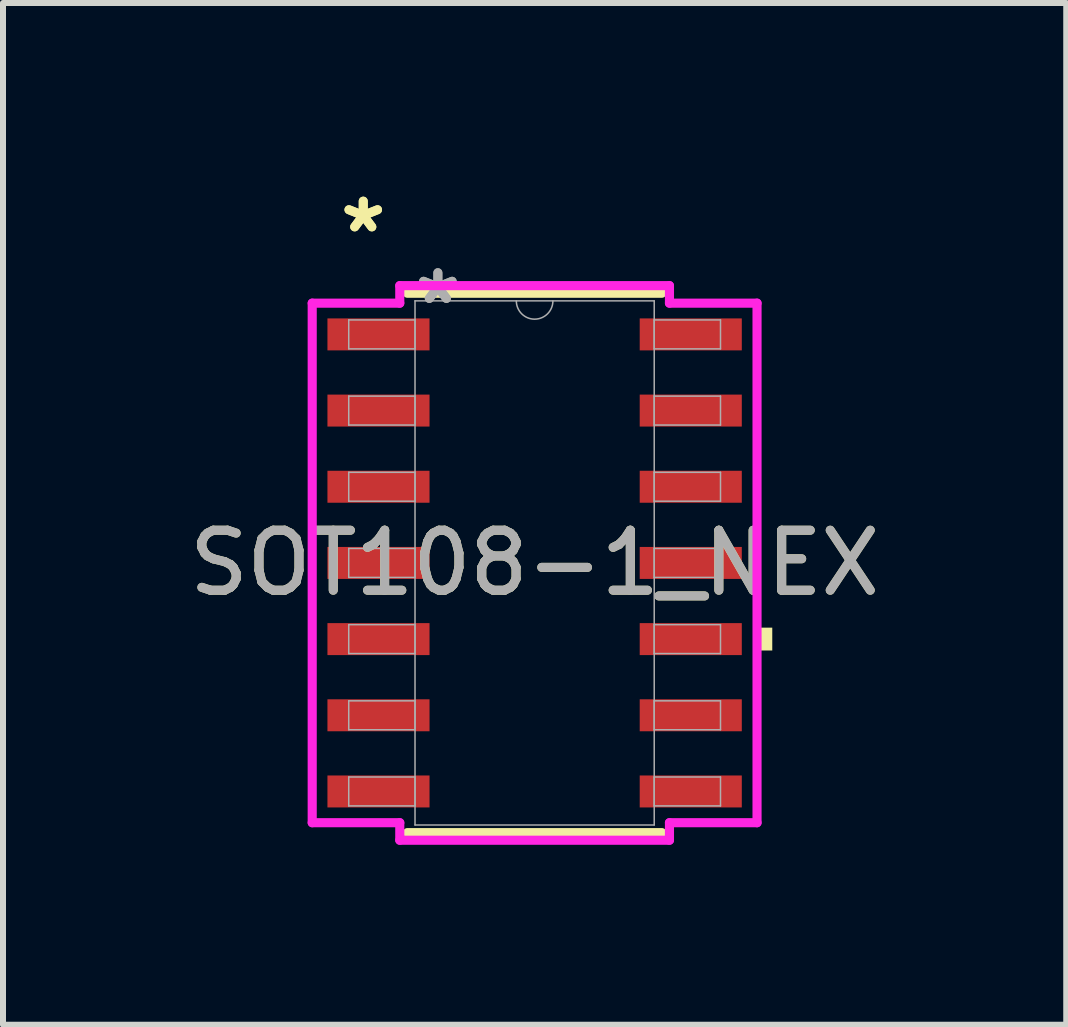
<source format=kicad_pcb>
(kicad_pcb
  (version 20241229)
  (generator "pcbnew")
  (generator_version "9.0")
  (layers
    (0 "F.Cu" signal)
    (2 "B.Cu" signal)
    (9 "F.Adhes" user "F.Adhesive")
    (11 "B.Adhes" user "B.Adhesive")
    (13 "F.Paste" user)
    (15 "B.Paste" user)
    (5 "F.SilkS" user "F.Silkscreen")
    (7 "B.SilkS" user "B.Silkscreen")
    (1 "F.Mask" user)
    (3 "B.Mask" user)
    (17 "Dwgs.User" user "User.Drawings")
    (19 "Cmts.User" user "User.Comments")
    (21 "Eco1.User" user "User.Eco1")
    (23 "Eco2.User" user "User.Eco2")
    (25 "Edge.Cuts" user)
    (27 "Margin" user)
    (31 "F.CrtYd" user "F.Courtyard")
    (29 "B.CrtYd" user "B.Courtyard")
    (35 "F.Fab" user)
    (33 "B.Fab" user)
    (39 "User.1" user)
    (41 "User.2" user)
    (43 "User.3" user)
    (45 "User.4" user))
  (footprint "SOT108-1_NEX"
    (layer "F.Cu")
    (at 5.863 6.335)
    (property "Reference" "SOT108-1_NEX" (at 0 0 0) (unlocked yes) (layer "F.SilkS") (effects (font (size 1 1) (thickness 0.15))))
    (attr smd)
    (fp_line (start -2.121 4.496) (end 2.121 4.496) (stroke (width 0.152) (type solid)) (layer "F.SilkS"))
    (fp_line (start 2.121 -4.496) (end -2.121 -4.496) (stroke (width 0.152) (type solid)) (layer "F.SilkS"))
    (fp_poly (pts (xy 3.962 1.079) (xy 3.962 1.46) (xy 3.708 1.46) (xy 3.708 1.079)) (stroke (width 0) (type solid)) (fill yes) (layer "F.SilkS"))
    (fp_line (start -3.708 -4.331) (end -2.248 -4.331) (stroke (width 0.152) (type solid)) (layer "F.CrtYd"))
    (fp_line (start -3.708 4.331) (end -3.708 -4.331) (stroke (width 0.152) (type solid)) (layer "F.CrtYd"))
    (fp_line (start -3.708 4.331) (end -2.248 4.331) (stroke (width 0.152) (type solid)) (layer "F.CrtYd"))
    (fp_line (start -2.248 -4.623) (end 2.248 -4.623) (stroke (width 0.152) (type solid)) (layer "F.CrtYd"))
    (fp_line (start -2.248 -4.331) (end -2.248 -4.623) (stroke (width 0.152) (type solid)) (layer "F.CrtYd"))
    (fp_line (start -2.248 4.623) (end -2.248 4.331) (stroke (width 0.152) (type solid)) (layer "F.CrtYd"))
    (fp_line (start 2.248 -4.623) (end 2.248 -4.331) (stroke (width 0.152) (type solid)) (layer "F.CrtYd"))
    (fp_line (start 2.248 4.331) (end 2.248 4.623) (stroke (width 0.152) (type solid)) (layer "F.CrtYd"))
    (fp_line (start 2.248 4.623) (end -2.248 4.623) (stroke (width 0.152) (type solid)) (layer "F.CrtYd"))
    (fp_line (start 3.708 -4.331) (end 2.248 -4.331) (stroke (width 0.152) (type solid)) (layer "F.CrtYd"))
    (fp_line (start 3.708 -4.331) (end 3.708 4.331) (stroke (width 0.152) (type solid)) (layer "F.CrtYd"))
    (fp_line (start 3.708 4.331) (end 2.248 4.331) (stroke (width 0.152) (type solid)) (layer "F.CrtYd"))
    (fp_line (start -3.099 -4.051) (end -3.099 -3.569) (stroke (width 0.025) (type solid)) (layer "F.Fab"))
    (fp_line (start -3.099 -3.569) (end -1.994 -3.569) (stroke (width 0.025) (type solid)) (layer "F.Fab"))
    (fp_line (start -3.099 -2.781) (end -3.099 -2.299) (stroke (width 0.025) (type solid)) (layer "F.Fab"))
    (fp_line (start -3.099 -2.299) (end -1.994 -2.299) (stroke (width 0.025) (type solid)) (layer "F.Fab"))
    (fp_line (start -3.099 -1.511) (end -3.099 -1.029) (stroke (width 0.025) (type solid)) (layer "F.Fab"))
    (fp_line (start -3.099 -1.029) (end -1.994 -1.029) (stroke (width 0.025) (type solid)) (layer "F.Fab"))
    (fp_line (start -3.099 -0.241) (end -3.099 0.241) (stroke (width 0.025) (type solid)) (layer "F.Fab"))
    (fp_line (start -3.099 0.241) (end -1.994 0.241) (stroke (width 0.025) (type solid)) (layer "F.Fab"))
    (fp_line (start -3.099 1.029) (end -3.099 1.511) (stroke (width 0.025) (type solid)) (layer "F.Fab"))
    (fp_line (start -3.099 1.511) (end -1.994 1.511) (stroke (width 0.025) (type solid)) (layer "F.Fab"))
    (fp_line (start -3.099 2.299) (end -3.099 2.781) (stroke (width 0.025) (type solid)) (layer "F.Fab"))
    (fp_line (start -3.099 2.781) (end -1.994 2.781) (stroke (width 0.025) (type solid)) (layer "F.Fab"))
    (fp_line (start -3.099 3.569) (end -3.099 4.051) (stroke (width 0.025) (type solid)) (layer "F.Fab"))
    (fp_line (start -3.099 4.051) (end -1.994 4.051) (stroke (width 0.025) (type solid)) (layer "F.Fab"))
    (fp_line (start -1.994 -4.369) (end -1.994 4.369) (stroke (width 0.025) (type solid)) (layer "F.Fab"))
    (fp_line (start -1.994 -4.051) (end -3.099 -4.051) (stroke (width 0.025) (type solid)) (layer "F.Fab"))
    (fp_line (start -1.994 -3.569) (end -1.994 -4.051) (stroke (width 0.025) (type solid)) (layer "F.Fab"))
    (fp_line (start -1.994 -2.781) (end -3.099 -2.781) (stroke (width 0.025) (type solid)) (layer "F.Fab"))
    (fp_line (start -1.994 -2.299) (end -1.994 -2.781) (stroke (width 0.025) (type solid)) (layer "F.Fab"))
    (fp_line (start -1.994 -1.511) (end -3.099 -1.511) (stroke (width 0.025) (type solid)) (layer "F.Fab"))
    (fp_line (start -1.994 -1.029) (end -1.994 -1.511) (stroke (width 0.025) (type solid)) (layer "F.Fab"))
    (fp_line (start -1.994 -0.241) (end -3.099 -0.241) (stroke (width 0.025) (type solid)) (layer "F.Fab"))
    (fp_line (start -1.994 0.241) (end -1.994 -0.241) (stroke (width 0.025) (type solid)) (layer "F.Fab"))
    (fp_line (start -1.994 1.029) (end -3.099 1.029) (stroke (width 0.025) (type solid)) (layer "F.Fab"))
    (fp_line (start -1.994 1.511) (end -1.994 1.029) (stroke (width 0.025) (type solid)) (layer "F.Fab"))
    (fp_line (start -1.994 2.299) (end -3.099 2.299) (stroke (width 0.025) (type solid)) (layer "F.Fab"))
    (fp_line (start -1.994 2.781) (end -1.994 2.299) (stroke (width 0.025) (type solid)) (layer "F.Fab"))
    (fp_line (start -1.994 3.569) (end -3.099 3.569) (stroke (width 0.025) (type solid)) (layer "F.Fab"))
    (fp_line (start -1.994 4.051) (end -1.994 3.569) (stroke (width 0.025) (type solid)) (layer "F.Fab"))
    (fp_line (start -1.994 4.369) (end 1.994 4.369) (stroke (width 0.025) (type solid)) (layer "F.Fab"))
    (fp_line (start 1.994 -4.369) (end -1.994 -4.369) (stroke (width 0.025) (type solid)) (layer "F.Fab"))
    (fp_line (start 1.994 -4.051) (end 1.994 -3.569) (stroke (width 0.025) (type solid)) (layer "F.Fab"))
    (fp_line (start 1.994 -3.569) (end 3.099 -3.569) (stroke (width 0.025) (type solid)) (layer "F.Fab"))
    (fp_line (start 1.994 -2.781) (end 1.994 -2.299) (stroke (width 0.025) (type solid)) (layer "F.Fab"))
    (fp_line (start 1.994 -2.299) (end 3.099 -2.299) (stroke (width 0.025) (type solid)) (layer "F.Fab"))
    (fp_line (start 1.994 -1.511) (end 1.994 -1.029) (stroke (width 0.025) (type solid)) (layer "F.Fab"))
    (fp_line (start 1.994 -1.029) (end 3.099 -1.029) (stroke (width 0.025) (type solid)) (layer "F.Fab"))
    (fp_line (start 1.994 -0.241) (end 1.994 0.241) (stroke (width 0.025) (type solid)) (layer "F.Fab"))
    (fp_line (start 1.994 0.241) (end 3.099 0.241) (stroke (width 0.025) (type solid)) (layer "F.Fab"))
    (fp_line (start 1.994 1.029) (end 1.994 1.511) (stroke (width 0.025) (type solid)) (layer "F.Fab"))
    (fp_line (start 1.994 1.511) (end 3.099 1.511) (stroke (width 0.025) (type solid)) (layer "F.Fab"))
    (fp_line (start 1.994 2.299) (end 1.994 2.781) (stroke (width 0.025) (type solid)) (layer "F.Fab"))
    (fp_line (start 1.994 2.781) (end 3.099 2.781) (stroke (width 0.025) (type solid)) (layer "F.Fab"))
    (fp_line (start 1.994 3.569) (end 1.994 4.051) (stroke (width 0.025) (type solid)) (layer "F.Fab"))
    (fp_line (start 1.994 4.051) (end 3.099 4.051) (stroke (width 0.025) (type solid)) (layer "F.Fab"))
    (fp_line (start 1.994 4.369) (end 1.994 -4.369) (stroke (width 0.025) (type solid)) (layer "F.Fab"))
    (fp_line (start 3.099 -4.051) (end 1.994 -4.051) (stroke (width 0.025) (type solid)) (layer "F.Fab"))
    (fp_line (start 3.099 -3.569) (end 3.099 -4.051) (stroke (width 0.025) (type solid)) (layer "F.Fab"))
    (fp_line (start 3.099 -2.781) (end 1.994 -2.781) (stroke (width 0.025) (type solid)) (layer "F.Fab"))
    (fp_line (start 3.099 -2.299) (end 3.099 -2.781) (stroke (width 0.025) (type solid)) (layer "F.Fab"))
    (fp_line (start 3.099 -1.511) (end 1.994 -1.511) (stroke (width 0.025) (type solid)) (layer "F.Fab"))
    (fp_line (start 3.099 -1.029) (end 3.099 -1.511) (stroke (width 0.025) (type solid)) (layer "F.Fab"))
    (fp_line (start 3.099 -0.241) (end 1.994 -0.241) (stroke (width 0.025) (type solid)) (layer "F.Fab"))
    (fp_line (start 3.099 0.241) (end 3.099 -0.241) (stroke (width 0.025) (type solid)) (layer "F.Fab"))
    (fp_line (start 3.099 1.029) (end 1.994 1.029) (stroke (width 0.025) (type solid)) (layer "F.Fab"))
    (fp_line (start 3.099 1.511) (end 3.099 1.029) (stroke (width 0.025) (type solid)) (layer "F.Fab"))
    (fp_line (start 3.099 2.299) (end 1.994 2.299) (stroke (width 0.025) (type solid)) (layer "F.Fab"))
    (fp_line (start 3.099 2.781) (end 3.099 2.299) (stroke (width 0.025) (type solid)) (layer "F.Fab"))
    (fp_line (start 3.099 3.569) (end 1.994 3.569) (stroke (width 0.025) (type solid)) (layer "F.Fab"))
    (fp_line (start 3.099 4.051) (end 3.099 3.569) (stroke (width 0.025) (type solid)) (layer "F.Fab"))
    (fp_arc (start 0.3048 -4.3688) (mid 0 -4.064) (end -0.3048 -4.3688) (stroke (width 0.0254) (type solid)) (layer "F.Fab"))
    (fp_text user "*" (at -2.857 -5.486 0) (unlocked yes) (layer "F.SilkS") (effects (font (size 1 1) (thickness 0.15))))
    (fp_text user "*" (at -2.857 -5.486 0) (layer "F.SilkS") (effects (font (size 1 1) (thickness 0.15))))
    (fp_text user "*" (at -1.613 -4.293 0) (layer "F.Fab") (effects (font (size 1 1) (thickness 0.15))))
    (fp_text user "${REFERENCE}" (at 0 0 0) (unlocked yes) (layer "F.Fab") (effects (font (size 1 1) (thickness 0.15))))
    (fp_text user "*" (at -1.613 -4.293 0) (unlocked yes) (layer "F.Fab") (effects (font (size 1 1) (thickness 0.15))))
    (pad "1" smd rect (at -2.603 -3.81) (size 1.702 0.533) (layers "F.Cu" "F.Mask" "F.Paste"))
    (pad "2" smd rect (at -2.603 -2.54) (size 1.702 0.533) (layers "F.Cu" "F.Mask" "F.Paste"))
    (pad "3" smd rect (at -2.603 -1.27) (size 1.702 0.533) (layers "F.Cu" "F.Mask" "F.Paste"))
    (pad "4" smd rect (at -2.603 0) (size 1.702 0.533) (layers "F.Cu" "F.Mask" "F.Paste"))
    (pad "5" smd rect (at -2.603 1.27) (size 1.702 0.533) (layers "F.Cu" "F.Mask" "F.Paste"))
    (pad "6" smd rect (at -2.603 2.54) (size 1.702 0.533) (layers "F.Cu" "F.Mask" "F.Paste"))
    (pad "7" smd rect (at -2.603 3.81) (size 1.702 0.533) (layers "F.Cu" "F.Mask" "F.Paste"))
    (pad "8" smd rect (at 2.603 3.81) (size 1.702 0.533) (layers "F.Cu" "F.Mask" "F.Paste"))
    (pad "9" smd rect (at 2.603 2.54) (size 1.702 0.533) (layers "F.Cu" "F.Mask" "F.Paste"))
    (pad "10" smd rect (at 2.603 1.27) (size 1.702 0.533) (layers "F.Cu" "F.Mask" "F.Paste"))
    (pad "11" smd rect (at 2.603 0) (size 1.702 0.533) (layers "F.Cu" "F.Mask" "F.Paste"))
    (pad "12" smd rect (at 2.603 -1.27) (size 1.702 0.533) (layers "F.Cu" "F.Mask" "F.Paste"))
    (pad "13" smd rect (at 2.603 -2.54) (size 1.702 0.533) (layers "F.Cu" "F.Mask" "F.Paste"))
    (pad "14" smd rect (at 2.603 -3.81) (size 1.702 0.533) (layers "F.Cu" "F.Mask" "F.Paste")))
  (gr_rect
    (start -3 -3)
    (end 14.726 14.034)
    (stroke (width 0.1) (type default))
    (fill no)
    (layer "Edge.Cuts")))
</source>
